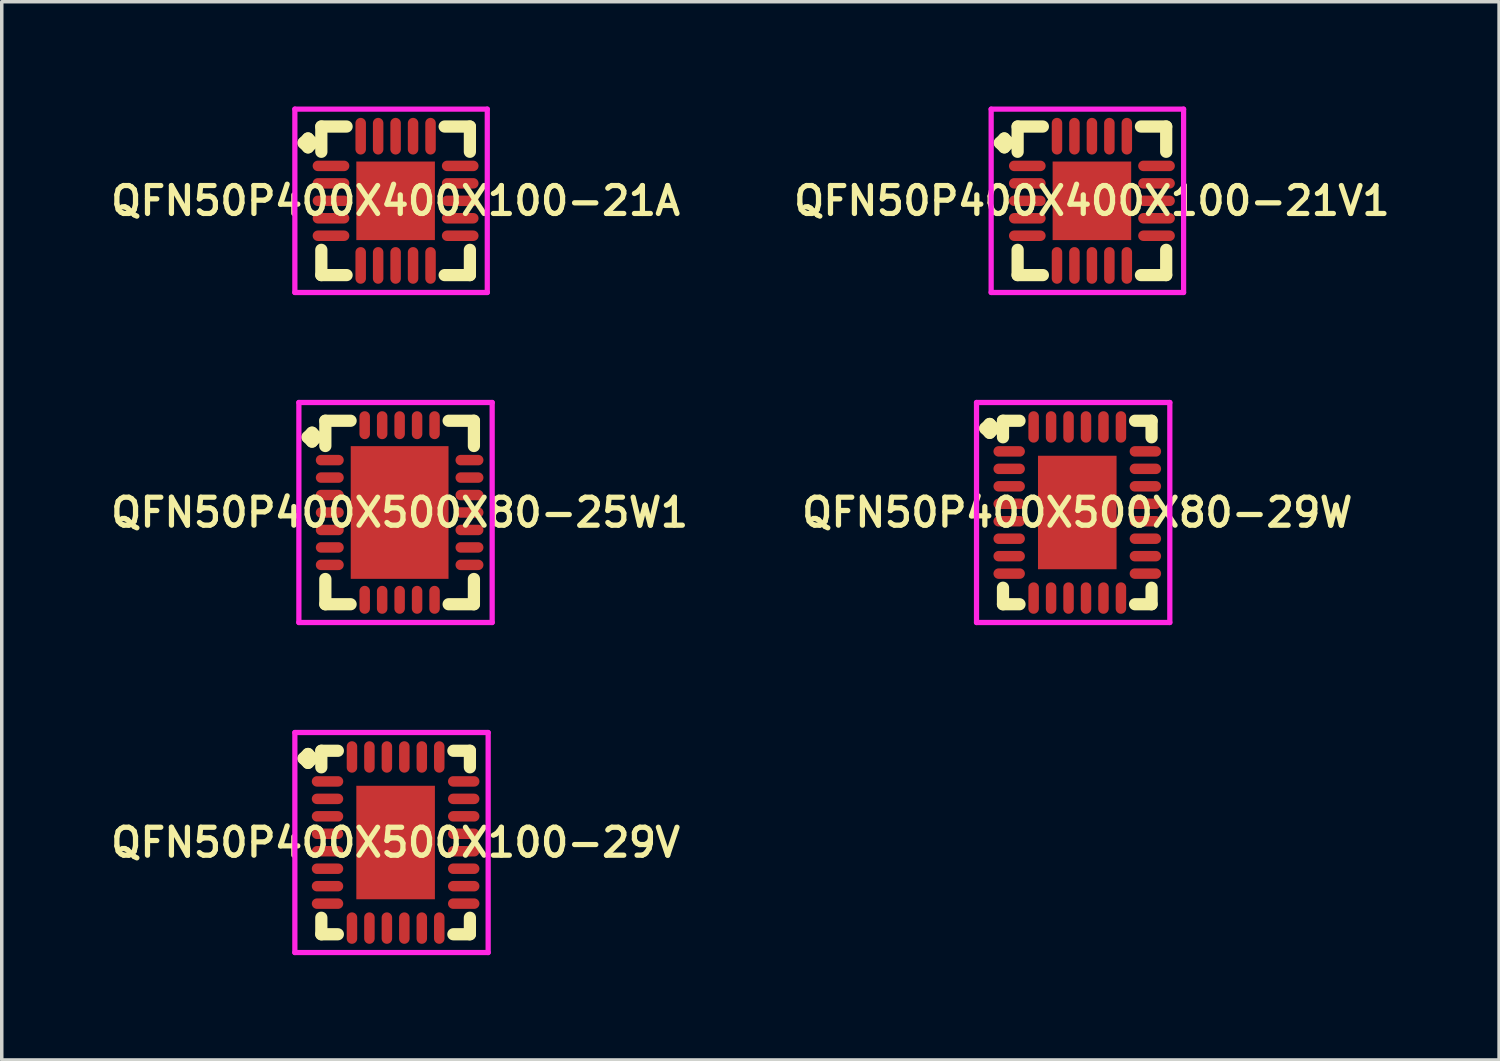
<source format=kicad_pcb>
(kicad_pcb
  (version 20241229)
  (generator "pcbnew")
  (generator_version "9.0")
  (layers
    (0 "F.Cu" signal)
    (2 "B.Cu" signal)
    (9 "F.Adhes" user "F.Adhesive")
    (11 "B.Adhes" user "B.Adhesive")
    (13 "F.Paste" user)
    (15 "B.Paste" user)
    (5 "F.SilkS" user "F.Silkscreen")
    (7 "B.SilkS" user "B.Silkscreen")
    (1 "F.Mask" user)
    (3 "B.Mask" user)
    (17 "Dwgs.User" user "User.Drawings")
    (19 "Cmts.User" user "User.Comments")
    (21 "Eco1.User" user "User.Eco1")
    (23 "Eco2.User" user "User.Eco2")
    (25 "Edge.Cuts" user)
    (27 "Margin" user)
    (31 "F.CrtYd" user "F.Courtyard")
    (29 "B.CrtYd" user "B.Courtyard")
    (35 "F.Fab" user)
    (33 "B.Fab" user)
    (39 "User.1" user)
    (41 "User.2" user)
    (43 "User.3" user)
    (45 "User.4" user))
  (footprint "QFN50P400X500X80-29W"
    (layer "F.Cu")
    (at 27.797 11.625)
    (property "Reference" "QFN50P400X500X80-29W" (at 0 0 0) (layer "F.SilkS") (effects (font (size 0.8 0.8) (thickness 0.15))))
    (attr smd)
    (fp_line (start -2.635 -2.408) (end -2.508 -2.535) (stroke (width 0.35) (type solid)) (layer "F.SilkS"))
    (fp_line (start -2.508 -2.535) (end -2.381 -2.408) (stroke (width 0.35) (type solid)) (layer "F.SilkS"))
    (fp_line (start -2.508 -2.281) (end -2.635 -2.408) (stroke (width 0.35) (type solid)) (layer "F.SilkS"))
    (fp_line (start -2.381 -2.408) (end -2.508 -2.281) (stroke (width 0.35) (type solid)) (layer "F.SilkS"))
    (fp_line (start -2.127 -2.627) (end -1.654 -2.627) (stroke (width 0.35) (type solid)) (layer "F.SilkS"))
    (fp_line (start -2.127 -2.154) (end -2.127 -2.627) (stroke (width 0.35) (type solid)) (layer "F.SilkS"))
    (fp_line (start -2.127 2.154) (end -2.127 2.627) (stroke (width 0.35) (type solid)) (layer "F.SilkS"))
    (fp_line (start -2.127 2.627) (end -1.654 2.627) (stroke (width 0.35) (type solid)) (layer "F.SilkS"))
    (fp_line (start 1.654 -2.627) (end 2.127 -2.627) (stroke (width 0.35) (type solid)) (layer "F.SilkS"))
    (fp_line (start 1.654 2.627) (end 2.127 2.627) (stroke (width 0.35) (type solid)) (layer "F.SilkS"))
    (fp_line (start 2.127 -2.627) (end 2.127 -2.154) (stroke (width 0.35) (type solid)) (layer "F.SilkS"))
    (fp_line (start 2.127 2.627) (end 2.127 2.154) (stroke (width 0.35) (type solid)) (layer "F.SilkS"))
    (fp_line (start -2.885 -3.15) (end 2.65 -3.15) (stroke (width 0.15) (type solid)) (layer "F.CrtYd"))
    (fp_line (start -2.885 3.15) (end -2.885 -3.15) (stroke (width 0.15) (type solid)) (layer "F.CrtYd"))
    (fp_line (start 2.65 -3.15) (end 2.65 3.15) (stroke (width 0.15) (type solid)) (layer "F.CrtYd"))
    (fp_line (start 2.65 3.15) (end -2.885 3.15) (stroke (width 0.15) (type solid)) (layer "F.CrtYd"))
    (pad "1" smd oval (at -1.95 -1.75) (size 0.9 0.3) (layers "F.Cu" "F.Mask" "F.Paste"))
    (pad "2" smd oval (at -1.95 -1.25) (size 0.9 0.3) (layers "F.Cu" "F.Mask" "F.Paste"))
    (pad "3" smd oval (at -1.95 -0.75) (size 0.9 0.3) (layers "F.Cu" "F.Mask" "F.Paste"))
    (pad "4" smd oval (at -1.95 -0.25) (size 0.9 0.3) (layers "F.Cu" "F.Mask" "F.Paste"))
    (pad "5" smd oval (at -1.95 0.25) (size 0.9 0.3) (layers "F.Cu" "F.Mask" "F.Paste"))
    (pad "6" smd oval (at -1.95 0.75) (size 0.9 0.3) (layers "F.Cu" "F.Mask" "F.Paste"))
    (pad "7" smd oval (at -1.95 1.25) (size 0.9 0.3) (layers "F.Cu" "F.Mask" "F.Paste"))
    (pad "8" smd oval (at -1.95 1.75) (size 0.9 0.3) (layers "F.Cu" "F.Mask" "F.Paste"))
    (pad "9" smd oval (at -1.25 2.45) (size 0.3 0.9) (layers "F.Cu" "F.Mask" "F.Paste"))
    (pad "10" smd oval (at -0.75 2.45) (size 0.3 0.9) (layers "F.Cu" "F.Mask" "F.Paste"))
    (pad "11" smd oval (at -0.25 2.45) (size 0.3 0.9) (layers "F.Cu" "F.Mask" "F.Paste"))
    (pad "12" smd oval (at 0.25 2.45) (size 0.3 0.9) (layers "F.Cu" "F.Mask" "F.Paste"))
    (pad "13" smd oval (at 0.75 2.45) (size 0.3 0.9) (layers "F.Cu" "F.Mask" "F.Paste"))
    (pad "14" smd oval (at 1.25 2.45) (size 0.3 0.9) (layers "F.Cu" "F.Mask" "F.Paste"))
    (pad "15" smd oval (at 1.95 1.75) (size 0.9 0.3) (layers "F.Cu" "F.Mask" "F.Paste"))
    (pad "16" smd oval (at 1.95 1.25) (size 0.9 0.3) (layers "F.Cu" "F.Mask" "F.Paste"))
    (pad "17" smd oval (at 1.95 0.75) (size 0.9 0.3) (layers "F.Cu" "F.Mask" "F.Paste"))
    (pad "18" smd oval (at 1.95 0.25) (size 0.9 0.3) (layers "F.Cu" "F.Mask" "F.Paste"))
    (pad "19" smd oval (at 1.95 -0.25) (size 0.9 0.3) (layers "F.Cu" "F.Mask" "F.Paste"))
    (pad "20" smd oval (at 1.95 -0.75) (size 0.9 0.3) (layers "F.Cu" "F.Mask" "F.Paste"))
    (pad "21" smd oval (at 1.95 -1.25) (size 0.9 0.3) (layers "F.Cu" "F.Mask" "F.Paste"))
    (pad "22" smd oval (at 1.95 -1.75) (size 0.9 0.3) (layers "F.Cu" "F.Mask" "F.Paste"))
    (pad "23" smd oval (at 1.25 -2.45) (size 0.3 0.9) (layers "F.Cu" "F.Mask" "F.Paste"))
    (pad "24" smd oval (at 0.75 -2.45) (size 0.3 0.9) (layers "F.Cu" "F.Mask" "F.Paste"))
    (pad "25" smd oval (at 0.25 -2.45) (size 0.3 0.9) (layers "F.Cu" "F.Mask" "F.Paste"))
    (pad "26" smd oval (at -0.25 -2.45) (size 0.3 0.9) (layers "F.Cu" "F.Mask" "F.Paste"))
    (pad "27" smd oval (at -0.75 -2.45) (size 0.3 0.9) (layers "F.Cu" "F.Mask" "F.Paste"))
    (pad "28" smd oval (at -1.25 -2.45) (size 0.3 0.9) (layers "F.Cu" "F.Mask" "F.Paste"))
    (pad "29" smd rect (at 0 0) (size 2.25 3.25) (layers "F.Cu" "F.Mask" "F.Paste")))
  (footprint "QFN50P400X500X80-25W1"
    (layer "F.Cu")
    (at 8.393 11.625)
    (property "Reference" "QFN50P400X500X80-25W1" (at 0 0 0) (layer "F.SilkS") (effects (font (size 0.8 0.8) (thickness 0.15))))
    (attr smd)
    (fp_line (start -2.635 -2.158) (end -2.508 -2.285) (stroke (width 0.35) (type solid)) (layer "F.SilkS"))
    (fp_line (start -2.508 -2.285) (end -2.381 -2.158) (stroke (width 0.35) (type solid)) (layer "F.SilkS"))
    (fp_line (start -2.508 -2.031) (end -2.635 -2.158) (stroke (width 0.35) (type solid)) (layer "F.SilkS"))
    (fp_line (start -2.381 -2.158) (end -2.508 -2.031) (stroke (width 0.35) (type solid)) (layer "F.SilkS"))
    (fp_line (start -2.127 -2.627) (end -1.404 -2.627) (stroke (width 0.35) (type solid)) (layer "F.SilkS"))
    (fp_line (start -2.127 -1.904) (end -2.127 -2.627) (stroke (width 0.35) (type solid)) (layer "F.SilkS"))
    (fp_line (start -2.127 1.904) (end -2.127 2.627) (stroke (width 0.35) (type solid)) (layer "F.SilkS"))
    (fp_line (start -2.127 2.627) (end -1.404 2.627) (stroke (width 0.35) (type solid)) (layer "F.SilkS"))
    (fp_line (start 1.404 -2.627) (end 2.127 -2.627) (stroke (width 0.35) (type solid)) (layer "F.SilkS"))
    (fp_line (start 1.404 2.627) (end 2.127 2.627) (stroke (width 0.35) (type solid)) (layer "F.SilkS"))
    (fp_line (start 2.127 -2.627) (end 2.127 -1.904) (stroke (width 0.35) (type solid)) (layer "F.SilkS"))
    (fp_line (start 2.127 2.627) (end 2.127 1.904) (stroke (width 0.35) (type solid)) (layer "F.SilkS"))
    (fp_line (start -2.885 -3.15) (end 2.65 -3.15) (stroke (width 0.15) (type solid)) (layer "F.CrtYd"))
    (fp_line (start -2.885 3.15) (end -2.885 -3.15) (stroke (width 0.15) (type solid)) (layer "F.CrtYd"))
    (fp_line (start 2.65 -3.15) (end 2.65 3.15) (stroke (width 0.15) (type solid)) (layer "F.CrtYd"))
    (fp_line (start 2.65 3.15) (end -2.885 3.15) (stroke (width 0.15) (type solid)) (layer "F.CrtYd"))
    (pad "1" smd oval (at -2 -1.5) (size 0.8 0.3) (layers "F.Cu" "F.Mask" "F.Paste"))
    (pad "2" smd oval (at -2 -1) (size 0.8 0.3) (layers "F.Cu" "F.Mask" "F.Paste"))
    (pad "3" smd oval (at -2 -0.5) (size 0.8 0.3) (layers "F.Cu" "F.Mask" "F.Paste"))
    (pad "4" smd oval (at -2 0) (size 0.8 0.3) (layers "F.Cu" "F.Mask" "F.Paste"))
    (pad "5" smd oval (at -2 0.5) (size 0.8 0.3) (layers "F.Cu" "F.Mask" "F.Paste"))
    (pad "6" smd oval (at -2 1) (size 0.8 0.3) (layers "F.Cu" "F.Mask" "F.Paste"))
    (pad "7" smd oval (at -2 1.5) (size 0.8 0.3) (layers "F.Cu" "F.Mask" "F.Paste"))
    (pad "8" smd oval (at -1 2.5) (size 0.3 0.8) (layers "F.Cu" "F.Mask" "F.Paste"))
    (pad "9" smd oval (at -0.5 2.5) (size 0.3 0.8) (layers "F.Cu" "F.Mask" "F.Paste"))
    (pad "10" smd oval (at 0 2.5) (size 0.3 0.8) (layers "F.Cu" "F.Mask" "F.Paste"))
    (pad "11" smd oval (at 0.5 2.5) (size 0.3 0.8) (layers "F.Cu" "F.Mask" "F.Paste"))
    (pad "12" smd oval (at 1 2.5) (size 0.3 0.8) (layers "F.Cu" "F.Mask" "F.Paste"))
    (pad "13" smd oval (at 2 1.5) (size 0.8 0.3) (layers "F.Cu" "F.Mask" "F.Paste"))
    (pad "14" smd oval (at 2 1) (size 0.8 0.3) (layers "F.Cu" "F.Mask" "F.Paste"))
    (pad "15" smd oval (at 2 0.5) (size 0.8 0.3) (layers "F.Cu" "F.Mask" "F.Paste"))
    (pad "16" smd oval (at 2 0) (size 0.8 0.3) (layers "F.Cu" "F.Mask" "F.Paste"))
    (pad "17" smd oval (at 2 -0.5) (size 0.8 0.3) (layers "F.Cu" "F.Mask" "F.Paste"))
    (pad "18" smd oval (at 2 -1) (size 0.8 0.3) (layers "F.Cu" "F.Mask" "F.Paste"))
    (pad "19" smd oval (at 2 -1.5) (size 0.8 0.3) (layers "F.Cu" "F.Mask" "F.Paste"))
    (pad "20" smd oval (at 1 -2.5) (size 0.3 0.8) (layers "F.Cu" "F.Mask" "F.Paste"))
    (pad "21" smd oval (at 0.5 -2.5) (size 0.3 0.8) (layers "F.Cu" "F.Mask" "F.Paste"))
    (pad "22" smd oval (at 0 -2.5) (size 0.3 0.8) (layers "F.Cu" "F.Mask" "F.Paste"))
    (pad "23" smd oval (at -0.5 -2.5) (size 0.3 0.8) (layers "F.Cu" "F.Mask" "F.Paste"))
    (pad "24" smd oval (at -1 -2.5) (size 0.3 0.8) (layers "F.Cu" "F.Mask" "F.Paste"))
    (pad "25" smd rect (at 0 0) (size 2.8 3.8) (layers "F.Cu" "F.Mask" "F.Paste")))
  (footprint "QFN50P400X400X100-21A"
    (layer "F.Cu")
    (at 8.278 2.7)
    (property "Reference" "QFN50P400X400X100-21A" (at 0 0 0) (layer "F.SilkS") (effects (font (size 0.8 0.8) (thickness 0.15))))
    (attr smd)
    (fp_line (start -2.635 -1.658) (end -2.508 -1.785) (stroke (width 0.35) (type solid)) (layer "F.SilkS"))
    (fp_line (start -2.508 -1.785) (end -2.381 -1.658) (stroke (width 0.35) (type solid)) (layer "F.SilkS"))
    (fp_line (start -2.508 -1.531) (end -2.635 -1.658) (stroke (width 0.35) (type solid)) (layer "F.SilkS"))
    (fp_line (start -2.381 -1.658) (end -2.508 -1.531) (stroke (width 0.35) (type solid)) (layer "F.SilkS"))
    (fp_line (start -2.127 -2.127) (end -1.404 -2.127) (stroke (width 0.35) (type solid)) (layer "F.SilkS"))
    (fp_line (start -2.127 -1.404) (end -2.127 -2.127) (stroke (width 0.35) (type solid)) (layer "F.SilkS"))
    (fp_line (start -2.127 1.404) (end -2.127 2.127) (stroke (width 0.35) (type solid)) (layer "F.SilkS"))
    (fp_line (start -2.127 2.127) (end -1.404 2.127) (stroke (width 0.35) (type solid)) (layer "F.SilkS"))
    (fp_line (start 1.404 -2.127) (end 2.127 -2.127) (stroke (width 0.35) (type solid)) (layer "F.SilkS"))
    (fp_line (start 1.404 2.127) (end 2.127 2.127) (stroke (width 0.35) (type solid)) (layer "F.SilkS"))
    (fp_line (start 2.127 -2.127) (end 2.127 -1.404) (stroke (width 0.35) (type solid)) (layer "F.SilkS"))
    (fp_line (start 2.127 2.127) (end 2.127 1.404) (stroke (width 0.35) (type solid)) (layer "F.SilkS"))
    (fp_line (start -2.885 -2.625) (end 2.625 -2.625) (stroke (width 0.15) (type solid)) (layer "F.CrtYd"))
    (fp_line (start -2.885 2.625) (end -2.885 -2.625) (stroke (width 0.15) (type solid)) (layer "F.CrtYd"))
    (fp_line (start 2.625 -2.625) (end 2.625 2.625) (stroke (width 0.15) (type solid)) (layer "F.CrtYd"))
    (fp_line (start 2.625 2.625) (end -2.885 2.625) (stroke (width 0.15) (type solid)) (layer "F.CrtYd"))
    (pad "1" smd oval (at -1.85 -1) (size 1.05 0.3) (layers "F.Cu" "F.Mask" "F.Paste"))
    (pad "2" smd oval (at -1.85 -0.5) (size 1.05 0.3) (layers "F.Cu" "F.Mask" "F.Paste"))
    (pad "3" smd oval (at -1.85 0) (size 1.05 0.3) (layers "F.Cu" "F.Mask" "F.Paste"))
    (pad "4" smd oval (at -1.85 0.5) (size 1.05 0.3) (layers "F.Cu" "F.Mask" "F.Paste"))
    (pad "5" smd oval (at -1.85 1) (size 1.05 0.3) (layers "F.Cu" "F.Mask" "F.Paste"))
    (pad "6" smd oval (at -1 1.85) (size 0.3 1.05) (layers "F.Cu" "F.Mask" "F.Paste"))
    (pad "7" smd oval (at -0.5 1.85) (size 0.3 1.05) (layers "F.Cu" "F.Mask" "F.Paste"))
    (pad "8" smd oval (at 0 1.85) (size 0.3 1.05) (layers "F.Cu" "F.Mask" "F.Paste"))
    (pad "9" smd oval (at 0.5 1.85) (size 0.3 1.05) (layers "F.Cu" "F.Mask" "F.Paste"))
    (pad "10" smd oval (at 1 1.85) (size 0.3 1.05) (layers "F.Cu" "F.Mask" "F.Paste"))
    (pad "11" smd oval (at 1.85 1) (size 1.05 0.3) (layers "F.Cu" "F.Mask" "F.Paste"))
    (pad "12" smd oval (at 1.85 0.5) (size 1.05 0.3) (layers "F.Cu" "F.Mask" "F.Paste"))
    (pad "13" smd oval (at 1.85 0) (size 1.05 0.3) (layers "F.Cu" "F.Mask" "F.Paste"))
    (pad "14" smd oval (at 1.85 -0.5) (size 1.05 0.3) (layers "F.Cu" "F.Mask" "F.Paste"))
    (pad "15" smd oval (at 1.85 -1) (size 1.05 0.3) (layers "F.Cu" "F.Mask" "F.Paste"))
    (pad "16" smd oval (at 1 -1.85) (size 0.3 1.05) (layers "F.Cu" "F.Mask" "F.Paste"))
    (pad "17" smd oval (at 0.5 -1.85) (size 0.3 1.05) (layers "F.Cu" "F.Mask" "F.Paste"))
    (pad "18" smd oval (at 0 -1.85) (size 0.3 1.05) (layers "F.Cu" "F.Mask" "F.Paste"))
    (pad "19" smd oval (at -0.5 -1.85) (size 0.3 1.05) (layers "F.Cu" "F.Mask" "F.Paste"))
    (pad "20" smd oval (at -1 -1.85) (size 0.3 1.05) (layers "F.Cu" "F.Mask" "F.Paste"))
    (pad "21" smd rect (at 0 0) (size 2.25 2.25) (layers "F.Cu" "F.Mask" "F.Paste")))
  (footprint "QFN50P400X400X100-21V1"
    (layer "F.Cu")
    (at 28.216 2.7)
    (property "Reference" "QFN50P400X400X100-21V1" (at 0 0 0) (layer "F.SilkS") (effects (font (size 0.8 0.8) (thickness 0.15))))
    (attr smd)
    (fp_line (start -2.635 -1.658) (end -2.508 -1.785) (stroke (width 0.35) (type solid)) (layer "F.SilkS"))
    (fp_line (start -2.508 -1.785) (end -2.381 -1.658) (stroke (width 0.35) (type solid)) (layer "F.SilkS"))
    (fp_line (start -2.508 -1.531) (end -2.635 -1.658) (stroke (width 0.35) (type solid)) (layer "F.SilkS"))
    (fp_line (start -2.381 -1.658) (end -2.508 -1.531) (stroke (width 0.35) (type solid)) (layer "F.SilkS"))
    (fp_line (start -2.127 -2.127) (end -1.404 -2.127) (stroke (width 0.35) (type solid)) (layer "F.SilkS"))
    (fp_line (start -2.127 -1.404) (end -2.127 -2.127) (stroke (width 0.35) (type solid)) (layer "F.SilkS"))
    (fp_line (start -2.127 1.404) (end -2.127 2.127) (stroke (width 0.35) (type solid)) (layer "F.SilkS"))
    (fp_line (start -2.127 2.127) (end -1.404 2.127) (stroke (width 0.35) (type solid)) (layer "F.SilkS"))
    (fp_line (start 1.404 -2.127) (end 2.127 -2.127) (stroke (width 0.35) (type solid)) (layer "F.SilkS"))
    (fp_line (start 1.404 2.127) (end 2.127 2.127) (stroke (width 0.35) (type solid)) (layer "F.SilkS"))
    (fp_line (start 2.127 -2.127) (end 2.127 -1.404) (stroke (width 0.35) (type solid)) (layer "F.SilkS"))
    (fp_line (start 2.127 2.127) (end 2.127 1.404) (stroke (width 0.35) (type solid)) (layer "F.SilkS"))
    (fp_line (start -2.885 -2.625) (end 2.625 -2.625) (stroke (width 0.15) (type solid)) (layer "F.CrtYd"))
    (fp_line (start -2.885 2.625) (end -2.885 -2.625) (stroke (width 0.15) (type solid)) (layer "F.CrtYd"))
    (fp_line (start 2.625 -2.625) (end 2.625 2.625) (stroke (width 0.15) (type solid)) (layer "F.CrtYd"))
    (fp_line (start 2.625 2.625) (end -2.885 2.625) (stroke (width 0.15) (type solid)) (layer "F.CrtYd"))
    (pad "1" smd oval (at -1.85 -1) (size 1.05 0.3) (layers "F.Cu" "F.Mask" "F.Paste"))
    (pad "2" smd oval (at -1.85 -0.5) (size 1.05 0.3) (layers "F.Cu" "F.Mask" "F.Paste"))
    (pad "3" smd oval (at -1.85 0) (size 1.05 0.3) (layers "F.Cu" "F.Mask" "F.Paste"))
    (pad "4" smd oval (at -1.85 0.5) (size 1.05 0.3) (layers "F.Cu" "F.Mask" "F.Paste"))
    (pad "5" smd oval (at -1.85 1) (size 1.05 0.3) (layers "F.Cu" "F.Mask" "F.Paste"))
    (pad "6" smd oval (at -1 1.85) (size 0.3 1.05) (layers "F.Cu" "F.Mask" "F.Paste"))
    (pad "7" smd oval (at -0.5 1.85) (size 0.3 1.05) (layers "F.Cu" "F.Mask" "F.Paste"))
    (pad "8" smd oval (at 0 1.85) (size 0.3 1.05) (layers "F.Cu" "F.Mask" "F.Paste"))
    (pad "9" smd oval (at 0.5 1.85) (size 0.3 1.05) (layers "F.Cu" "F.Mask" "F.Paste"))
    (pad "10" smd oval (at 1 1.85) (size 0.3 1.05) (layers "F.Cu" "F.Mask" "F.Paste"))
    (pad "11" smd oval (at 1.85 1) (size 1.05 0.3) (layers "F.Cu" "F.Mask" "F.Paste"))
    (pad "12" smd oval (at 1.85 0.5) (size 1.05 0.3) (layers "F.Cu" "F.Mask" "F.Paste"))
    (pad "13" smd oval (at 1.85 0) (size 1.05 0.3) (layers "F.Cu" "F.Mask" "F.Paste"))
    (pad "14" smd oval (at 1.85 -0.5) (size 1.05 0.3) (layers "F.Cu" "F.Mask" "F.Paste"))
    (pad "15" smd oval (at 1.85 -1) (size 1.05 0.3) (layers "F.Cu" "F.Mask" "F.Paste"))
    (pad "16" smd oval (at 1 -1.85) (size 0.3 1.05) (layers "F.Cu" "F.Mask" "F.Paste"))
    (pad "17" smd oval (at 0.5 -1.85) (size 0.3 1.05) (layers "F.Cu" "F.Mask" "F.Paste"))
    (pad "18" smd oval (at 0 -1.85) (size 0.3 1.05) (layers "F.Cu" "F.Mask" "F.Paste"))
    (pad "19" smd oval (at -0.5 -1.85) (size 0.3 1.05) (layers "F.Cu" "F.Mask" "F.Paste"))
    (pad "20" smd oval (at -1 -1.85) (size 0.3 1.05) (layers "F.Cu" "F.Mask" "F.Paste"))
    (pad "21" smd rect (at 0 0) (size 2.25 2.25) (layers "F.Cu" "F.Mask" "F.Paste")))
  (footprint "QFN50P400X500X100-29V"
    (layer "F.Cu")
    (at 8.278 21.075)
    (property "Reference" "QFN50P400X500X100-29V" (at 0 0 0) (layer "F.SilkS") (effects (font (size 0.8 0.8) (thickness 0.15))))
    (attr smd)
    (fp_line (start -2.635 -2.408) (end -2.508 -2.535) (stroke (width 0.35) (type solid)) (layer "F.SilkS"))
    (fp_line (start -2.508 -2.535) (end -2.381 -2.408) (stroke (width 0.35) (type solid)) (layer "F.SilkS"))
    (fp_line (start -2.508 -2.281) (end -2.635 -2.408) (stroke (width 0.35) (type solid)) (layer "F.SilkS"))
    (fp_line (start -2.381 -2.408) (end -2.508 -2.281) (stroke (width 0.35) (type solid)) (layer "F.SilkS"))
    (fp_line (start -2.127 -2.627) (end -1.654 -2.627) (stroke (width 0.35) (type solid)) (layer "F.SilkS"))
    (fp_line (start -2.127 -2.154) (end -2.127 -2.627) (stroke (width 0.35) (type solid)) (layer "F.SilkS"))
    (fp_line (start -2.127 2.154) (end -2.127 2.627) (stroke (width 0.35) (type solid)) (layer "F.SilkS"))
    (fp_line (start -2.127 2.627) (end -1.654 2.627) (stroke (width 0.35) (type solid)) (layer "F.SilkS"))
    (fp_line (start 1.654 -2.627) (end 2.127 -2.627) (stroke (width 0.35) (type solid)) (layer "F.SilkS"))
    (fp_line (start 1.654 2.627) (end 2.127 2.627) (stroke (width 0.35) (type solid)) (layer "F.SilkS"))
    (fp_line (start 2.127 -2.627) (end 2.127 -2.154) (stroke (width 0.35) (type solid)) (layer "F.SilkS"))
    (fp_line (start 2.127 2.627) (end 2.127 2.154) (stroke (width 0.35) (type solid)) (layer "F.SilkS"))
    (fp_line (start -2.885 -3.15) (end 2.65 -3.15) (stroke (width 0.15) (type solid)) (layer "F.CrtYd"))
    (fp_line (start -2.885 3.15) (end -2.885 -3.15) (stroke (width 0.15) (type solid)) (layer "F.CrtYd"))
    (fp_line (start 2.65 -3.15) (end 2.65 3.15) (stroke (width 0.15) (type solid)) (layer "F.CrtYd"))
    (fp_line (start 2.65 3.15) (end -2.885 3.15) (stroke (width 0.15) (type solid)) (layer "F.CrtYd"))
    (pad "1" smd oval (at -1.95 -1.75) (size 0.9 0.3) (layers "F.Cu" "F.Mask" "F.Paste"))
    (pad "2" smd oval (at -1.95 -1.25) (size 0.9 0.3) (layers "F.Cu" "F.Mask" "F.Paste"))
    (pad "3" smd oval (at -1.95 -0.75) (size 0.9 0.3) (layers "F.Cu" "F.Mask" "F.Paste"))
    (pad "4" smd oval (at -1.95 -0.25) (size 0.9 0.3) (layers "F.Cu" "F.Mask" "F.Paste"))
    (pad "5" smd oval (at -1.95 0.25) (size 0.9 0.3) (layers "F.Cu" "F.Mask" "F.Paste"))
    (pad "6" smd oval (at -1.95 0.75) (size 0.9 0.3) (layers "F.Cu" "F.Mask" "F.Paste"))
    (pad "7" smd oval (at -1.95 1.25) (size 0.9 0.3) (layers "F.Cu" "F.Mask" "F.Paste"))
    (pad "8" smd oval (at -1.95 1.75) (size 0.9 0.3) (layers "F.Cu" "F.Mask" "F.Paste"))
    (pad "9" smd oval (at -1.25 2.45) (size 0.3 0.9) (layers "F.Cu" "F.Mask" "F.Paste"))
    (pad "10" smd oval (at -0.75 2.45) (size 0.3 0.9) (layers "F.Cu" "F.Mask" "F.Paste"))
    (pad "11" smd oval (at -0.25 2.45) (size 0.3 0.9) (layers "F.Cu" "F.Mask" "F.Paste"))
    (pad "12" smd oval (at 0.25 2.45) (size 0.3 0.9) (layers "F.Cu" "F.Mask" "F.Paste"))
    (pad "13" smd oval (at 0.75 2.45) (size 0.3 0.9) (layers "F.Cu" "F.Mask" "F.Paste"))
    (pad "14" smd oval (at 1.25 2.45) (size 0.3 0.9) (layers "F.Cu" "F.Mask" "F.Paste"))
    (pad "15" smd oval (at 1.95 1.75) (size 0.9 0.3) (layers "F.Cu" "F.Mask" "F.Paste"))
    (pad "16" smd oval (at 1.95 1.25) (size 0.9 0.3) (layers "F.Cu" "F.Mask" "F.Paste"))
    (pad "17" smd oval (at 1.95 0.75) (size 0.9 0.3) (layers "F.Cu" "F.Mask" "F.Paste"))
    (pad "18" smd oval (at 1.95 0.25) (size 0.9 0.3) (layers "F.Cu" "F.Mask" "F.Paste"))
    (pad "19" smd oval (at 1.95 -0.25) (size 0.9 0.3) (layers "F.Cu" "F.Mask" "F.Paste"))
    (pad "20" smd oval (at 1.95 -0.75) (size 0.9 0.3) (layers "F.Cu" "F.Mask" "F.Paste"))
    (pad "21" smd oval (at 1.95 -1.25) (size 0.9 0.3) (layers "F.Cu" "F.Mask" "F.Paste"))
    (pad "22" smd oval (at 1.95 -1.75) (size 0.9 0.3) (layers "F.Cu" "F.Mask" "F.Paste"))
    (pad "23" smd oval (at 1.25 -2.45) (size 0.3 0.9) (layers "F.Cu" "F.Mask" "F.Paste"))
    (pad "24" smd oval (at 0.75 -2.45) (size 0.3 0.9) (layers "F.Cu" "F.Mask" "F.Paste"))
    (pad "25" smd oval (at 0.25 -2.45) (size 0.3 0.9) (layers "F.Cu" "F.Mask" "F.Paste"))
    (pad "26" smd oval (at -0.25 -2.45) (size 0.3 0.9) (layers "F.Cu" "F.Mask" "F.Paste"))
    (pad "27" smd oval (at -0.75 -2.45) (size 0.3 0.9) (layers "F.Cu" "F.Mask" "F.Paste"))
    (pad "28" smd oval (at -1.25 -2.45) (size 0.3 0.9) (layers "F.Cu" "F.Mask" "F.Paste"))
    (pad "29" smd rect (at 0 0) (size 2.25 3.25) (layers "F.Cu" "F.Mask" "F.Paste")))
  (gr_rect
    (start -3 -3)
    (end 39.875 27.3)
    (stroke (width 0.1) (type default))
    (fill no)
    (layer "Edge.Cuts")))
</source>
